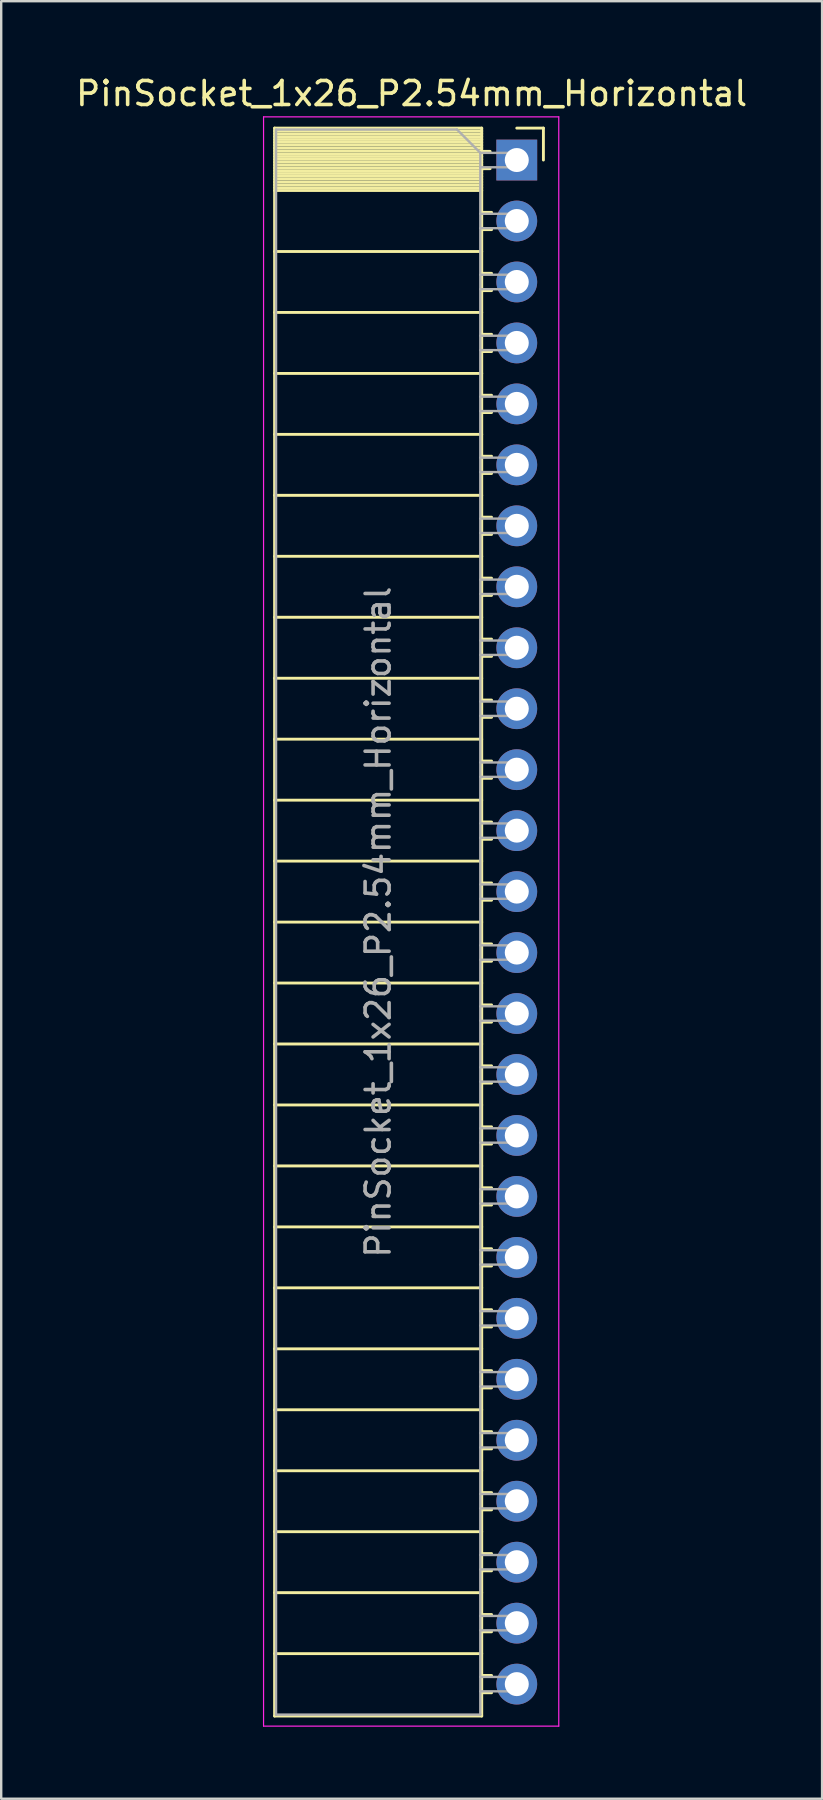
<source format=kicad_pcb>
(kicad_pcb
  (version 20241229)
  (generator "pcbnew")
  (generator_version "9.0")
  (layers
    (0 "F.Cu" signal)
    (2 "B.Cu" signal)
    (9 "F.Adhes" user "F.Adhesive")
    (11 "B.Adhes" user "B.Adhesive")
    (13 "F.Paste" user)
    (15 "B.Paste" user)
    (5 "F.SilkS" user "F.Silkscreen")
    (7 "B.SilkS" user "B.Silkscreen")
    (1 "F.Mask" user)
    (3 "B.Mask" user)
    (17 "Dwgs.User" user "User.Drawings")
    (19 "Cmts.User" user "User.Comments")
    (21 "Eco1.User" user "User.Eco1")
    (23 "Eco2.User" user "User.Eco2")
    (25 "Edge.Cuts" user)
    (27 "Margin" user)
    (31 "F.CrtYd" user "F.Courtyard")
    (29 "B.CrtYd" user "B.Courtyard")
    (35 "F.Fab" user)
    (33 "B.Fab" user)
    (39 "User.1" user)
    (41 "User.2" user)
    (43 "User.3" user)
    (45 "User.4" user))
  (footprint "PinSocket_1x26_P2.54mm_Horizontal"
    (layer "F.Cu")
    (at 18.481 3.618)
    (property "Reference" "PinSocket_1x26_P2.54mm_Horizontal" (at -4.38 -2.77 0) (layer "F.SilkS") (effects (font (size 1 1) (thickness 0.15))))
    (attr through_hole)
    (fp_line (start -10.09 -1.33) (end -10.09 64.83) (stroke (width 0.12) (type solid)) (layer "F.SilkS"))
    (fp_line (start -10.09 -1.33) (end -1.46 -1.33) (stroke (width 0.12) (type solid)) (layer "F.SilkS"))
    (fp_line (start -10.09 -1.21) (end -1.46 -1.21) (stroke (width 0.12) (type solid)) (layer "F.SilkS"))
    (fp_line (start -10.09 -1.092) (end -1.46 -1.092) (stroke (width 0.12) (type solid)) (layer "F.SilkS"))
    (fp_line (start -10.09 -0.974) (end -1.46 -0.974) (stroke (width 0.12) (type solid)) (layer "F.SilkS"))
    (fp_line (start -10.09 -0.856) (end -1.46 -0.856) (stroke (width 0.12) (type solid)) (layer "F.SilkS"))
    (fp_line (start -10.09 -0.738) (end -1.46 -0.738) (stroke (width 0.12) (type solid)) (layer "F.SilkS"))
    (fp_line (start -10.09 -0.62) (end -1.46 -0.62) (stroke (width 0.12) (type solid)) (layer "F.SilkS"))
    (fp_line (start -10.09 -0.501) (end -1.46 -0.501) (stroke (width 0.12) (type solid)) (layer "F.SilkS"))
    (fp_line (start -10.09 -0.383) (end -1.46 -0.383) (stroke (width 0.12) (type solid)) (layer "F.SilkS"))
    (fp_line (start -10.09 -0.265) (end -1.46 -0.265) (stroke (width 0.12) (type solid)) (layer "F.SilkS"))
    (fp_line (start -10.09 -0.147) (end -1.46 -0.147) (stroke (width 0.12) (type solid)) (layer "F.SilkS"))
    (fp_line (start -10.09 -0.029) (end -1.46 -0.029) (stroke (width 0.12) (type solid)) (layer "F.SilkS"))
    (fp_line (start -10.09 0.089) (end -1.46 0.089) (stroke (width 0.12) (type solid)) (layer "F.SilkS"))
    (fp_line (start -10.09 0.207) (end -1.46 0.207) (stroke (width 0.12) (type solid)) (layer "F.SilkS"))
    (fp_line (start -10.09 0.325) (end -1.46 0.325) (stroke (width 0.12) (type solid)) (layer "F.SilkS"))
    (fp_line (start -10.09 0.443) (end -1.46 0.443) (stroke (width 0.12) (type solid)) (layer "F.SilkS"))
    (fp_line (start -10.09 0.561) (end -1.46 0.561) (stroke (width 0.12) (type solid)) (layer "F.SilkS"))
    (fp_line (start -10.09 0.68) (end -1.46 0.68) (stroke (width 0.12) (type solid)) (layer "F.SilkS"))
    (fp_line (start -10.09 0.798) (end -1.46 0.798) (stroke (width 0.12) (type solid)) (layer "F.SilkS"))
    (fp_line (start -10.09 0.916) (end -1.46 0.916) (stroke (width 0.12) (type solid)) (layer "F.SilkS"))
    (fp_line (start -10.09 1.034) (end -1.46 1.034) (stroke (width 0.12) (type solid)) (layer "F.SilkS"))
    (fp_line (start -10.09 1.152) (end -1.46 1.152) (stroke (width 0.12) (type solid)) (layer "F.SilkS"))
    (fp_line (start -10.09 1.27) (end -1.46 1.27) (stroke (width 0.12) (type solid)) (layer "F.SilkS"))
    (fp_line (start -10.09 3.81) (end -1.46 3.81) (stroke (width 0.12) (type solid)) (layer "F.SilkS"))
    (fp_line (start -10.09 6.35) (end -1.46 6.35) (stroke (width 0.12) (type solid)) (layer "F.SilkS"))
    (fp_line (start -10.09 8.89) (end -1.46 8.89) (stroke (width 0.12) (type solid)) (layer "F.SilkS"))
    (fp_line (start -10.09 11.43) (end -1.46 11.43) (stroke (width 0.12) (type solid)) (layer "F.SilkS"))
    (fp_line (start -10.09 13.97) (end -1.46 13.97) (stroke (width 0.12) (type solid)) (layer "F.SilkS"))
    (fp_line (start -10.09 16.51) (end -1.46 16.51) (stroke (width 0.12) (type solid)) (layer "F.SilkS"))
    (fp_line (start -10.09 19.05) (end -1.46 19.05) (stroke (width 0.12) (type solid)) (layer "F.SilkS"))
    (fp_line (start -10.09 21.59) (end -1.46 21.59) (stroke (width 0.12) (type solid)) (layer "F.SilkS"))
    (fp_line (start -10.09 24.13) (end -1.46 24.13) (stroke (width 0.12) (type solid)) (layer "F.SilkS"))
    (fp_line (start -10.09 26.67) (end -1.46 26.67) (stroke (width 0.12) (type solid)) (layer "F.SilkS"))
    (fp_line (start -10.09 29.21) (end -1.46 29.21) (stroke (width 0.12) (type solid)) (layer "F.SilkS"))
    (fp_line (start -10.09 31.75) (end -1.46 31.75) (stroke (width 0.12) (type solid)) (layer "F.SilkS"))
    (fp_line (start -10.09 34.29) (end -1.46 34.29) (stroke (width 0.12) (type solid)) (layer "F.SilkS"))
    (fp_line (start -10.09 36.83) (end -1.46 36.83) (stroke (width 0.12) (type solid)) (layer "F.SilkS"))
    (fp_line (start -10.09 39.37) (end -1.46 39.37) (stroke (width 0.12) (type solid)) (layer "F.SilkS"))
    (fp_line (start -10.09 41.91) (end -1.46 41.91) (stroke (width 0.12) (type solid)) (layer "F.SilkS"))
    (fp_line (start -10.09 44.45) (end -1.46 44.45) (stroke (width 0.12) (type solid)) (layer "F.SilkS"))
    (fp_line (start -10.09 46.99) (end -1.46 46.99) (stroke (width 0.12) (type solid)) (layer "F.SilkS"))
    (fp_line (start -10.09 49.53) (end -1.46 49.53) (stroke (width 0.12) (type solid)) (layer "F.SilkS"))
    (fp_line (start -10.09 52.07) (end -1.46 52.07) (stroke (width 0.12) (type solid)) (layer "F.SilkS"))
    (fp_line (start -10.09 54.61) (end -1.46 54.61) (stroke (width 0.12) (type solid)) (layer "F.SilkS"))
    (fp_line (start -10.09 57.15) (end -1.46 57.15) (stroke (width 0.12) (type solid)) (layer "F.SilkS"))
    (fp_line (start -10.09 59.69) (end -1.46 59.69) (stroke (width 0.12) (type solid)) (layer "F.SilkS"))
    (fp_line (start -10.09 62.23) (end -1.46 62.23) (stroke (width 0.12) (type solid)) (layer "F.SilkS"))
    (fp_line (start -10.09 64.83) (end -1.46 64.83) (stroke (width 0.12) (type solid)) (layer "F.SilkS"))
    (fp_line (start -1.46 -1.33) (end -1.46 64.83) (stroke (width 0.12) (type solid)) (layer "F.SilkS"))
    (fp_line (start -1.46 -0.36) (end -1.11 -0.36) (stroke (width 0.12) (type solid)) (layer "F.SilkS"))
    (fp_line (start -1.46 0.36) (end -1.11 0.36) (stroke (width 0.12) (type solid)) (layer "F.SilkS"))
    (fp_line (start -1.46 2.18) (end -1.05 2.18) (stroke (width 0.12) (type solid)) (layer "F.SilkS"))
    (fp_line (start -1.46 2.9) (end -1.05 2.9) (stroke (width 0.12) (type solid)) (layer "F.SilkS"))
    (fp_line (start -1.46 4.72) (end -1.05 4.72) (stroke (width 0.12) (type solid)) (layer "F.SilkS"))
    (fp_line (start -1.46 5.44) (end -1.05 5.44) (stroke (width 0.12) (type solid)) (layer "F.SilkS"))
    (fp_line (start -1.46 7.26) (end -1.05 7.26) (stroke (width 0.12) (type solid)) (layer "F.SilkS"))
    (fp_line (start -1.46 7.98) (end -1.05 7.98) (stroke (width 0.12) (type solid)) (layer "F.SilkS"))
    (fp_line (start -1.46 9.8) (end -1.05 9.8) (stroke (width 0.12) (type solid)) (layer "F.SilkS"))
    (fp_line (start -1.46 10.52) (end -1.05 10.52) (stroke (width 0.12) (type solid)) (layer "F.SilkS"))
    (fp_line (start -1.46 12.34) (end -1.05 12.34) (stroke (width 0.12) (type solid)) (layer "F.SilkS"))
    (fp_line (start -1.46 13.06) (end -1.05 13.06) (stroke (width 0.12) (type solid)) (layer "F.SilkS"))
    (fp_line (start -1.46 14.88) (end -1.05 14.88) (stroke (width 0.12) (type solid)) (layer "F.SilkS"))
    (fp_line (start -1.46 15.6) (end -1.05 15.6) (stroke (width 0.12) (type solid)) (layer "F.SilkS"))
    (fp_line (start -1.46 17.42) (end -1.05 17.42) (stroke (width 0.12) (type solid)) (layer "F.SilkS"))
    (fp_line (start -1.46 18.14) (end -1.05 18.14) (stroke (width 0.12) (type solid)) (layer "F.SilkS"))
    (fp_line (start -1.46 19.96) (end -1.05 19.96) (stroke (width 0.12) (type solid)) (layer "F.SilkS"))
    (fp_line (start -1.46 20.68) (end -1.05 20.68) (stroke (width 0.12) (type solid)) (layer "F.SilkS"))
    (fp_line (start -1.46 22.5) (end -1.05 22.5) (stroke (width 0.12) (type solid)) (layer "F.SilkS"))
    (fp_line (start -1.46 23.22) (end -1.05 23.22) (stroke (width 0.12) (type solid)) (layer "F.SilkS"))
    (fp_line (start -1.46 25.04) (end -1.05 25.04) (stroke (width 0.12) (type solid)) (layer "F.SilkS"))
    (fp_line (start -1.46 25.76) (end -1.05 25.76) (stroke (width 0.12) (type solid)) (layer "F.SilkS"))
    (fp_line (start -1.46 27.58) (end -1.05 27.58) (stroke (width 0.12) (type solid)) (layer "F.SilkS"))
    (fp_line (start -1.46 28.3) (end -1.05 28.3) (stroke (width 0.12) (type solid)) (layer "F.SilkS"))
    (fp_line (start -1.46 30.12) (end -1.05 30.12) (stroke (width 0.12) (type solid)) (layer "F.SilkS"))
    (fp_line (start -1.46 30.84) (end -1.05 30.84) (stroke (width 0.12) (type solid)) (layer "F.SilkS"))
    (fp_line (start -1.46 32.66) (end -1.05 32.66) (stroke (width 0.12) (type solid)) (layer "F.SilkS"))
    (fp_line (start -1.46 33.38) (end -1.05 33.38) (stroke (width 0.12) (type solid)) (layer "F.SilkS"))
    (fp_line (start -1.46 35.2) (end -1.05 35.2) (stroke (width 0.12) (type solid)) (layer "F.SilkS"))
    (fp_line (start -1.46 35.92) (end -1.05 35.92) (stroke (width 0.12) (type solid)) (layer "F.SilkS"))
    (fp_line (start -1.46 37.74) (end -1.05 37.74) (stroke (width 0.12) (type solid)) (layer "F.SilkS"))
    (fp_line (start -1.46 38.46) (end -1.05 38.46) (stroke (width 0.12) (type solid)) (layer "F.SilkS"))
    (fp_line (start -1.46 40.28) (end -1.05 40.28) (stroke (width 0.12) (type solid)) (layer "F.SilkS"))
    (fp_line (start -1.46 41) (end -1.05 41) (stroke (width 0.12) (type solid)) (layer "F.SilkS"))
    (fp_line (start -1.46 42.82) (end -1.05 42.82) (stroke (width 0.12) (type solid)) (layer "F.SilkS"))
    (fp_line (start -1.46 43.54) (end -1.05 43.54) (stroke (width 0.12) (type solid)) (layer "F.SilkS"))
    (fp_line (start -1.46 45.36) (end -1.05 45.36) (stroke (width 0.12) (type solid)) (layer "F.SilkS"))
    (fp_line (start -1.46 46.08) (end -1.05 46.08) (stroke (width 0.12) (type solid)) (layer "F.SilkS"))
    (fp_line (start -1.46 47.9) (end -1.05 47.9) (stroke (width 0.12) (type solid)) (layer "F.SilkS"))
    (fp_line (start -1.46 48.62) (end -1.05 48.62) (stroke (width 0.12) (type solid)) (layer "F.SilkS"))
    (fp_line (start -1.46 50.44) (end -1.05 50.44) (stroke (width 0.12) (type solid)) (layer "F.SilkS"))
    (fp_line (start -1.46 51.16) (end -1.05 51.16) (stroke (width 0.12) (type solid)) (layer "F.SilkS"))
    (fp_line (start -1.46 52.98) (end -1.05 52.98) (stroke (width 0.12) (type solid)) (layer "F.SilkS"))
    (fp_line (start -1.46 53.7) (end -1.05 53.7) (stroke (width 0.12) (type solid)) (layer "F.SilkS"))
    (fp_line (start -1.46 55.52) (end -1.05 55.52) (stroke (width 0.12) (type solid)) (layer "F.SilkS"))
    (fp_line (start -1.46 56.24) (end -1.05 56.24) (stroke (width 0.12) (type solid)) (layer "F.SilkS"))
    (fp_line (start -1.46 58.06) (end -1.05 58.06) (stroke (width 0.12) (type solid)) (layer "F.SilkS"))
    (fp_line (start -1.46 58.78) (end -1.05 58.78) (stroke (width 0.12) (type solid)) (layer "F.SilkS"))
    (fp_line (start -1.46 60.6) (end -1.05 60.6) (stroke (width 0.12) (type solid)) (layer "F.SilkS"))
    (fp_line (start -1.46 61.32) (end -1.05 61.32) (stroke (width 0.12) (type solid)) (layer "F.SilkS"))
    (fp_line (start -1.46 63.14) (end -1.05 63.14) (stroke (width 0.12) (type solid)) (layer "F.SilkS"))
    (fp_line (start -1.46 63.86) (end -1.05 63.86) (stroke (width 0.12) (type solid)) (layer "F.SilkS"))
    (fp_line (start 0 -1.33) (end 1.11 -1.33) (stroke (width 0.12) (type solid)) (layer "F.SilkS"))
    (fp_line (start 1.11 -1.33) (end 1.11 0) (stroke (width 0.12) (type solid)) (layer "F.SilkS"))
    (fp_line (start -10.55 -1.8) (end -10.55 65.25) (stroke (width 0.05) (type solid)) (layer "F.CrtYd"))
    (fp_line (start -10.55 65.25) (end 1.75 65.25) (stroke (width 0.05) (type solid)) (layer "F.CrtYd"))
    (fp_line (start 1.75 -1.8) (end -10.55 -1.8) (stroke (width 0.05) (type solid)) (layer "F.CrtYd"))
    (fp_line (start 1.75 65.25) (end 1.75 -1.8) (stroke (width 0.05) (type solid)) (layer "F.CrtYd"))
    (fp_line (start -10.03 -1.27) (end -2.49 -1.27) (stroke (width 0.1) (type solid)) (layer "F.Fab"))
    (fp_line (start -10.03 64.77) (end -10.03 -1.27) (stroke (width 0.1) (type solid)) (layer "F.Fab"))
    (fp_line (start -2.49 -1.27) (end -1.52 -0.3) (stroke (width 0.1) (type solid)) (layer "F.Fab"))
    (fp_line (start -1.52 -0.3) (end -1.52 64.77) (stroke (width 0.1) (type solid)) (layer "F.Fab"))
    (fp_line (start -1.52 0.3) (end 0 0.3) (stroke (width 0.1) (type solid)) (layer "F.Fab"))
    (fp_line (start -1.52 2.84) (end 0 2.84) (stroke (width 0.1) (type solid)) (layer "F.Fab"))
    (fp_line (start -1.52 5.38) (end 0 5.38) (stroke (width 0.1) (type solid)) (layer "F.Fab"))
    (fp_line (start -1.52 7.92) (end 0 7.92) (stroke (width 0.1) (type solid)) (layer "F.Fab"))
    (fp_line (start -1.52 10.46) (end 0 10.46) (stroke (width 0.1) (type solid)) (layer "F.Fab"))
    (fp_line (start -1.52 13) (end 0 13) (stroke (width 0.1) (type solid)) (layer "F.Fab"))
    (fp_line (start -1.52 15.54) (end 0 15.54) (stroke (width 0.1) (type solid)) (layer "F.Fab"))
    (fp_line (start -1.52 18.08) (end 0 18.08) (stroke (width 0.1) (type solid)) (layer "F.Fab"))
    (fp_line (start -1.52 20.62) (end 0 20.62) (stroke (width 0.1) (type solid)) (layer "F.Fab"))
    (fp_line (start -1.52 23.16) (end 0 23.16) (stroke (width 0.1) (type solid)) (layer "F.Fab"))
    (fp_line (start -1.52 25.7) (end 0 25.7) (stroke (width 0.1) (type solid)) (layer "F.Fab"))
    (fp_line (start -1.52 28.24) (end 0 28.24) (stroke (width 0.1) (type solid)) (layer "F.Fab"))
    (fp_line (start -1.52 30.78) (end 0 30.78) (stroke (width 0.1) (type solid)) (layer "F.Fab"))
    (fp_line (start -1.52 33.32) (end 0 33.32) (stroke (width 0.1) (type solid)) (layer "F.Fab"))
    (fp_line (start -1.52 35.86) (end 0 35.86) (stroke (width 0.1) (type solid)) (layer "F.Fab"))
    (fp_line (start -1.52 38.4) (end 0 38.4) (stroke (width 0.1) (type solid)) (layer "F.Fab"))
    (fp_line (start -1.52 40.94) (end 0 40.94) (stroke (width 0.1) (type solid)) (layer "F.Fab"))
    (fp_line (start -1.52 43.48) (end 0 43.48) (stroke (width 0.1) (type solid)) (layer "F.Fab"))
    (fp_line (start -1.52 46.02) (end 0 46.02) (stroke (width 0.1) (type solid)) (layer "F.Fab"))
    (fp_line (start -1.52 48.56) (end 0 48.56) (stroke (width 0.1) (type solid)) (layer "F.Fab"))
    (fp_line (start -1.52 51.1) (end 0 51.1) (stroke (width 0.1) (type solid)) (layer "F.Fab"))
    (fp_line (start -1.52 53.64) (end 0 53.64) (stroke (width 0.1) (type solid)) (layer "F.Fab"))
    (fp_line (start -1.52 56.18) (end 0 56.18) (stroke (width 0.1) (type solid)) (layer "F.Fab"))
    (fp_line (start -1.52 58.72) (end 0 58.72) (stroke (width 0.1) (type solid)) (layer "F.Fab"))
    (fp_line (start -1.52 61.26) (end 0 61.26) (stroke (width 0.1) (type solid)) (layer "F.Fab"))
    (fp_line (start -1.52 63.8) (end 0 63.8) (stroke (width 0.1) (type solid)) (layer "F.Fab"))
    (fp_line (start -1.52 64.77) (end -10.03 64.77) (stroke (width 0.1) (type solid)) (layer "F.Fab"))
    (fp_line (start 0 -0.3) (end -1.52 -0.3) (stroke (width 0.1) (type solid)) (layer "F.Fab"))
    (fp_line (start 0 0.3) (end 0 -0.3) (stroke (width 0.1) (type solid)) (layer "F.Fab"))
    (fp_line (start 0 2.24) (end -1.52 2.24) (stroke (width 0.1) (type solid)) (layer "F.Fab"))
    (fp_line (start 0 2.84) (end 0 2.24) (stroke (width 0.1) (type solid)) (layer "F.Fab"))
    (fp_line (start 0 4.78) (end -1.52 4.78) (stroke (width 0.1) (type solid)) (layer "F.Fab"))
    (fp_line (start 0 5.38) (end 0 4.78) (stroke (width 0.1) (type solid)) (layer "F.Fab"))
    (fp_line (start 0 7.32) (end -1.52 7.32) (stroke (width 0.1) (type solid)) (layer "F.Fab"))
    (fp_line (start 0 7.92) (end 0 7.32) (stroke (width 0.1) (type solid)) (layer "F.Fab"))
    (fp_line (start 0 9.86) (end -1.52 9.86) (stroke (width 0.1) (type solid)) (layer "F.Fab"))
    (fp_line (start 0 10.46) (end 0 9.86) (stroke (width 0.1) (type solid)) (layer "F.Fab"))
    (fp_line (start 0 12.4) (end -1.52 12.4) (stroke (width 0.1) (type solid)) (layer "F.Fab"))
    (fp_line (start 0 13) (end 0 12.4) (stroke (width 0.1) (type solid)) (layer "F.Fab"))
    (fp_line (start 0 14.94) (end -1.52 14.94) (stroke (width 0.1) (type solid)) (layer "F.Fab"))
    (fp_line (start 0 15.54) (end 0 14.94) (stroke (width 0.1) (type solid)) (layer "F.Fab"))
    (fp_line (start 0 17.48) (end -1.52 17.48) (stroke (width 0.1) (type solid)) (layer "F.Fab"))
    (fp_line (start 0 18.08) (end 0 17.48) (stroke (width 0.1) (type solid)) (layer "F.Fab"))
    (fp_line (start 0 20.02) (end -1.52 20.02) (stroke (width 0.1) (type solid)) (layer "F.Fab"))
    (fp_line (start 0 20.62) (end 0 20.02) (stroke (width 0.1) (type solid)) (layer "F.Fab"))
    (fp_line (start 0 22.56) (end -1.52 22.56) (stroke (width 0.1) (type solid)) (layer "F.Fab"))
    (fp_line (start 0 23.16) (end 0 22.56) (stroke (width 0.1) (type solid)) (layer "F.Fab"))
    (fp_line (start 0 25.1) (end -1.52 25.1) (stroke (width 0.1) (type solid)) (layer "F.Fab"))
    (fp_line (start 0 25.7) (end 0 25.1) (stroke (width 0.1) (type solid)) (layer "F.Fab"))
    (fp_line (start 0 27.64) (end -1.52 27.64) (stroke (width 0.1) (type solid)) (layer "F.Fab"))
    (fp_line (start 0 28.24) (end 0 27.64) (stroke (width 0.1) (type solid)) (layer "F.Fab"))
    (fp_line (start 0 30.18) (end -1.52 30.18) (stroke (width 0.1) (type solid)) (layer "F.Fab"))
    (fp_line (start 0 30.78) (end 0 30.18) (stroke (width 0.1) (type solid)) (layer "F.Fab"))
    (fp_line (start 0 32.72) (end -1.52 32.72) (stroke (width 0.1) (type solid)) (layer "F.Fab"))
    (fp_line (start 0 33.32) (end 0 32.72) (stroke (width 0.1) (type solid)) (layer "F.Fab"))
    (fp_line (start 0 35.26) (end -1.52 35.26) (stroke (width 0.1) (type solid)) (layer "F.Fab"))
    (fp_line (start 0 35.86) (end 0 35.26) (stroke (width 0.1) (type solid)) (layer "F.Fab"))
    (fp_line (start 0 37.8) (end -1.52 37.8) (stroke (width 0.1) (type solid)) (layer "F.Fab"))
    (fp_line (start 0 38.4) (end 0 37.8) (stroke (width 0.1) (type solid)) (layer "F.Fab"))
    (fp_line (start 0 40.34) (end -1.52 40.34) (stroke (width 0.1) (type solid)) (layer "F.Fab"))
    (fp_line (start 0 40.94) (end 0 40.34) (stroke (width 0.1) (type solid)) (layer "F.Fab"))
    (fp_line (start 0 42.88) (end -1.52 42.88) (stroke (width 0.1) (type solid)) (layer "F.Fab"))
    (fp_line (start 0 43.48) (end 0 42.88) (stroke (width 0.1) (type solid)) (layer "F.Fab"))
    (fp_line (start 0 45.42) (end -1.52 45.42) (stroke (width 0.1) (type solid)) (layer "F.Fab"))
    (fp_line (start 0 46.02) (end 0 45.42) (stroke (width 0.1) (type solid)) (layer "F.Fab"))
    (fp_line (start 0 47.96) (end -1.52 47.96) (stroke (width 0.1) (type solid)) (layer "F.Fab"))
    (fp_line (start 0 48.56) (end 0 47.96) (stroke (width 0.1) (type solid)) (layer "F.Fab"))
    (fp_line (start 0 50.5) (end -1.52 50.5) (stroke (width 0.1) (type solid)) (layer "F.Fab"))
    (fp_line (start 0 51.1) (end 0 50.5) (stroke (width 0.1) (type solid)) (layer "F.Fab"))
    (fp_line (start 0 53.04) (end -1.52 53.04) (stroke (width 0.1) (type solid)) (layer "F.Fab"))
    (fp_line (start 0 53.64) (end 0 53.04) (stroke (width 0.1) (type solid)) (layer "F.Fab"))
    (fp_line (start 0 55.58) (end -1.52 55.58) (stroke (width 0.1) (type solid)) (layer "F.Fab"))
    (fp_line (start 0 56.18) (end 0 55.58) (stroke (width 0.1) (type solid)) (layer "F.Fab"))
    (fp_line (start 0 58.12) (end -1.52 58.12) (stroke (width 0.1) (type solid)) (layer "F.Fab"))
    (fp_line (start 0 58.72) (end 0 58.12) (stroke (width 0.1) (type solid)) (layer "F.Fab"))
    (fp_line (start 0 60.66) (end -1.52 60.66) (stroke (width 0.1) (type solid)) (layer "F.Fab"))
    (fp_line (start 0 61.26) (end 0 60.66) (stroke (width 0.1) (type solid)) (layer "F.Fab"))
    (fp_line (start 0 63.2) (end -1.52 63.2) (stroke (width 0.1) (type solid)) (layer "F.Fab"))
    (fp_line (start 0 63.8) (end 0 63.2) (stroke (width 0.1) (type solid)) (layer "F.Fab"))
    (fp_text user "${REFERENCE}" (at -5.775 31.75 90) (layer "F.Fab") (effects (font (size 1 1) (thickness 0.15))))
    (pad "1" thru_hole rect (at 0 0) (size 1.7 1.7) (drill 1) (layers "*.Cu" "*.Mask"))
    (pad "2" thru_hole oval (at 0 2.54) (size 1.7 1.7) (drill 1) (layers "*.Cu" "*.Mask"))
    (pad "3" thru_hole oval (at 0 5.08) (size 1.7 1.7) (drill 1) (layers "*.Cu" "*.Mask"))
    (pad "4" thru_hole oval (at 0 7.62) (size 1.7 1.7) (drill 1) (layers "*.Cu" "*.Mask"))
    (pad "5" thru_hole oval (at 0 10.16) (size 1.7 1.7) (drill 1) (layers "*.Cu" "*.Mask"))
    (pad "6" thru_hole oval (at 0 12.7) (size 1.7 1.7) (drill 1) (layers "*.Cu" "*.Mask"))
    (pad "7" thru_hole oval (at 0 15.24) (size 1.7 1.7) (drill 1) (layers "*.Cu" "*.Mask"))
    (pad "8" thru_hole oval (at 0 17.78) (size 1.7 1.7) (drill 1) (layers "*.Cu" "*.Mask"))
    (pad "9" thru_hole oval (at 0 20.32) (size 1.7 1.7) (drill 1) (layers "*.Cu" "*.Mask"))
    (pad "10" thru_hole oval (at 0 22.86) (size 1.7 1.7) (drill 1) (layers "*.Cu" "*.Mask"))
    (pad "11" thru_hole oval (at 0 25.4) (size 1.7 1.7) (drill 1) (layers "*.Cu" "*.Mask"))
    (pad "12" thru_hole oval (at 0 27.94) (size 1.7 1.7) (drill 1) (layers "*.Cu" "*.Mask"))
    (pad "13" thru_hole oval (at 0 30.48) (size 1.7 1.7) (drill 1) (layers "*.Cu" "*.Mask"))
    (pad "14" thru_hole oval (at 0 33.02) (size 1.7 1.7) (drill 1) (layers "*.Cu" "*.Mask"))
    (pad "15" thru_hole oval (at 0 35.56) (size 1.7 1.7) (drill 1) (layers "*.Cu" "*.Mask"))
    (pad "16" thru_hole oval (at 0 38.1) (size 1.7 1.7) (drill 1) (layers "*.Cu" "*.Mask"))
    (pad "17" thru_hole oval (at 0 40.64) (size 1.7 1.7) (drill 1) (layers "*.Cu" "*.Mask"))
    (pad "18" thru_hole oval (at 0 43.18) (size 1.7 1.7) (drill 1) (layers "*.Cu" "*.Mask"))
    (pad "19" thru_hole oval (at 0 45.72) (size 1.7 1.7) (drill 1) (layers "*.Cu" "*.Mask"))
    (pad "20" thru_hole oval (at 0 48.26) (size 1.7 1.7) (drill 1) (layers "*.Cu" "*.Mask"))
    (pad "21" thru_hole oval (at 0 50.8) (size 1.7 1.7) (drill 1) (layers "*.Cu" "*.Mask"))
    (pad "22" thru_hole oval (at 0 53.34) (size 1.7 1.7) (drill 1) (layers "*.Cu" "*.Mask"))
    (pad "23" thru_hole oval (at 0 55.88) (size 1.7 1.7) (drill 1) (layers "*.Cu" "*.Mask"))
    (pad "24" thru_hole oval (at 0 58.42) (size 1.7 1.7) (drill 1) (layers "*.Cu" "*.Mask"))
    (pad "25" thru_hole oval (at 0 60.96) (size 1.7 1.7) (drill 1) (layers "*.Cu" "*.Mask"))
    (pad "26" thru_hole oval (at 0 63.5) (size 1.7 1.7) (drill 1) (layers "*.Cu" "*.Mask")))
  (gr_rect
    (start -3 -3)
    (end 31.202 71.893)
    (stroke (width 0.1) (type default))
    (fill no)
    (layer "Edge.Cuts")))
</source>
